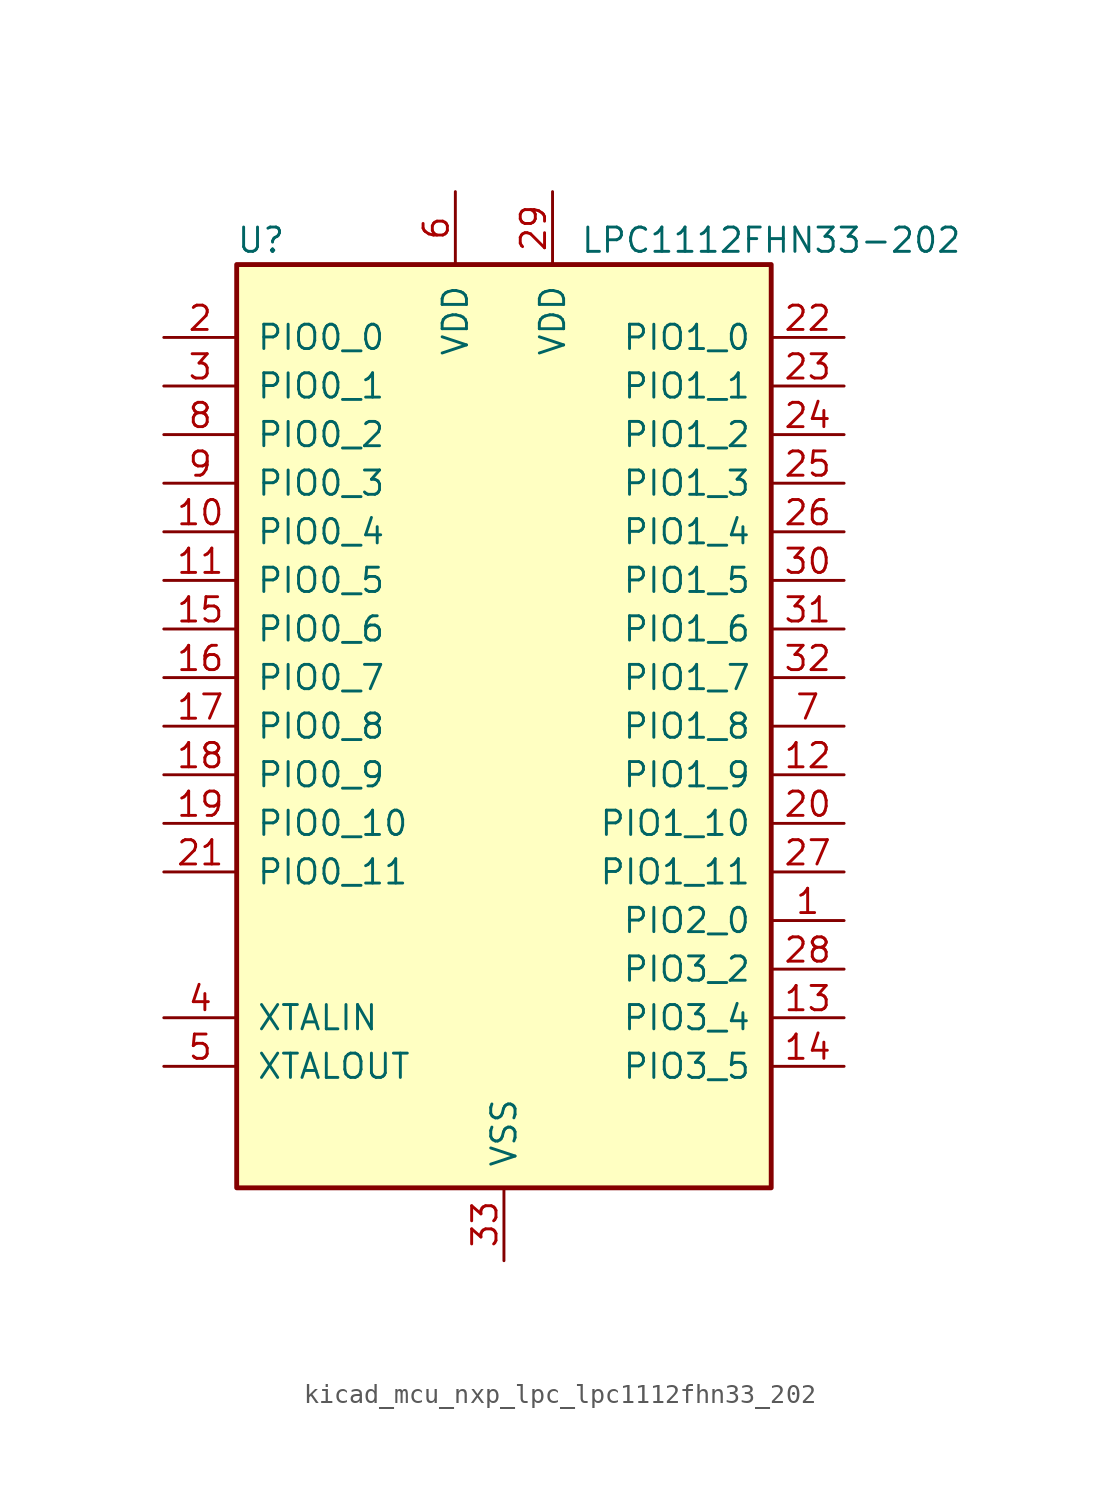
<source format=kicad_sym>
(kicad_symbol_lib
  (version 20220914)
  (generator kicad_symbol_editor)
  (symbol "kicad_mcu_nxp_lpc_lpc1112fhn33_202"
    (pin_names
      (offset 1.016))
    (property "Reference" "U"
      (at -12.7 25.4 0)
      (effects (font (size 1.27 1.27))))
    (property "Value" "LPC1112FHN33-202"
      (at 13.97 25.4 0)
      (effects (font (size 1.27 1.27))))
    (symbol "kicad_mcu_nxp_lpc_lpc1112fhn33_202_0_1"
      (rectangle (start -13.97 24.13) (end 13.97 -24.13) (stroke (width 0.254) (type default)) (fill (type background))))
    (symbol "kicad_mcu_nxp_lpc_lpc1112fhn33_202_1_1"
      (pin bidirectional line (at 17.78 -10.16 180) (length 3.81) (name "PIO2_0" (effects (font (size 1.27 1.27)))) (number "1" (effects (font (size 1.27 1.27)))))
      (pin bidirectional line (at -17.78 10.16 0) (length 3.81) (name "PIO0_4" (effects (font (size 1.27 1.27)))) (number "10" (effects (font (size 1.27 1.27)))))
      (pin bidirectional line (at -17.78 7.62 0) (length 3.81) (name "PIO0_5" (effects (font (size 1.27 1.27)))) (number "11" (effects (font (size 1.27 1.27)))))
      (pin bidirectional line (at 17.78 -2.54 180) (length 3.81) (name "PIO1_9" (effects (font (size 1.27 1.27)))) (number "12" (effects (font (size 1.27 1.27)))))
      (pin bidirectional line (at 17.78 -15.24 180) (length 3.81) (name "PIO3_4" (effects (font (size 1.27 1.27)))) (number "13" (effects (font (size 1.27 1.27)))))
      (pin bidirectional line (at 17.78 -17.78 180) (length 3.81) (name "PIO3_5" (effects (font (size 1.27 1.27)))) (number "14" (effects (font (size 1.27 1.27)))))
      (pin bidirectional line (at -17.78 5.08 0) (length 3.81) (name "PIO0_6" (effects (font (size 1.27 1.27)))) (number "15" (effects (font (size 1.27 1.27)))))
      (pin bidirectional line (at -17.78 2.54 0) (length 3.81) (name "PIO0_7" (effects (font (size 1.27 1.27)))) (number "16" (effects (font (size 1.27 1.27)))))
      (pin bidirectional line (at -17.78 0 0) (length 3.81) (name "PIO0_8" (effects (font (size 1.27 1.27)))) (number "17" (effects (font (size 1.27 1.27)))))
      (pin bidirectional line (at -17.78 -2.54 0) (length 3.81) (name "PIO0_9" (effects (font (size 1.27 1.27)))) (number "18" (effects (font (size 1.27 1.27)))))
      (pin bidirectional line (at -17.78 -5.08 0) (length 3.81) (name "PIO0_10" (effects (font (size 1.27 1.27)))) (number "19" (effects (font (size 1.27 1.27)))))
      (pin bidirectional line (at -17.78 20.32 0) (length 3.81) (name "PIO0_0" (effects (font (size 1.27 1.27)))) (number "2" (effects (font (size 1.27 1.27)))))
      (pin bidirectional line (at 17.78 -5.08 180) (length 3.81) (name "PIO1_10" (effects (font (size 1.27 1.27)))) (number "20" (effects (font (size 1.27 1.27)))))
      (pin bidirectional line (at -17.78 -7.62 0) (length 3.81) (name "PIO0_11" (effects (font (size 1.27 1.27)))) (number "21" (effects (font (size 1.27 1.27)))))
      (pin bidirectional line (at 17.78 20.32 180) (length 3.81) (name "PIO1_0" (effects (font (size 1.27 1.27)))) (number "22" (effects (font (size 1.27 1.27)))))
      (pin bidirectional line (at 17.78 17.78 180) (length 3.81) (name "PIO1_1" (effects (font (size 1.27 1.27)))) (number "23" (effects (font (size 1.27 1.27)))))
      (pin bidirectional line (at 17.78 15.24 180) (length 3.81) (name "PIO1_2" (effects (font (size 1.27 1.27)))) (number "24" (effects (font (size 1.27 1.27)))))
      (pin bidirectional line (at 17.78 12.7 180) (length 3.81) (name "PIO1_3" (effects (font (size 1.27 1.27)))) (number "25" (effects (font (size 1.27 1.27)))))
      (pin bidirectional line (at 17.78 10.16 180) (length 3.81) (name "PIO1_4" (effects (font (size 1.27 1.27)))) (number "26" (effects (font (size 1.27 1.27)))))
      (pin bidirectional line (at 17.78 -7.62 180) (length 3.81) (name "PIO1_11" (effects (font (size 1.27 1.27)))) (number "27" (effects (font (size 1.27 1.27)))))
      (pin bidirectional line (at 17.78 -12.7 180) (length 3.81) (name "PIO3_2" (effects (font (size 1.27 1.27)))) (number "28" (effects (font (size 1.27 1.27)))))
      (pin power_in line (at 2.54 27.94 270) (length 3.81) (name "VDD" (effects (font (size 1.27 1.27)))) (number "29" (effects (font (size 1.27 1.27)))))
      (pin bidirectional line (at -17.78 17.78 0) (length 3.81) (name "PIO0_1" (effects (font (size 1.27 1.27)))) (number "3" (effects (font (size 1.27 1.27)))))
      (pin bidirectional line (at 17.78 7.62 180) (length 3.81) (name "PIO1_5" (effects (font (size 1.27 1.27)))) (number "30" (effects (font (size 1.27 1.27)))))
      (pin bidirectional line (at 17.78 5.08 180) (length 3.81) (name "PIO1_6" (effects (font (size 1.27 1.27)))) (number "31" (effects (font (size 1.27 1.27)))))
      (pin bidirectional line (at 17.78 2.54 180) (length 3.81) (name "PIO1_7" (effects (font (size 1.27 1.27)))) (number "32" (effects (font (size 1.27 1.27)))))
      (pin power_in line (at 0 -27.94 90) (length 3.81) (name "VSS" (effects (font (size 1.27 1.27)))) (number "33" (effects (font (size 1.27 1.27)))))
      (pin input line (at -17.78 -15.24 0) (length 3.81) (name "XTALIN" (effects (font (size 1.27 1.27)))) (number "4" (effects (font (size 1.27 1.27)))))
      (pin output line (at -17.78 -17.78 0) (length 3.81) (name "XTALOUT" (effects (font (size 1.27 1.27)))) (number "5" (effects (font (size 1.27 1.27)))))
      (pin power_in line (at -2.54 27.94 270) (length 3.81) (name "VDD" (effects (font (size 1.27 1.27)))) (number "6" (effects (font (size 1.27 1.27)))))
      (pin bidirectional line (at 17.78 0 180) (length 3.81) (name "PIO1_8" (effects (font (size 1.27 1.27)))) (number "7" (effects (font (size 1.27 1.27)))))
      (pin bidirectional line (at -17.78 15.24 0) (length 3.81) (name "PIO0_2" (effects (font (size 1.27 1.27)))) (number "8" (effects (font (size 1.27 1.27)))))
      (pin bidirectional line (at -17.78 12.7 0) (length 3.81) (name "PIO0_3" (effects (font (size 1.27 1.27)))) (number "9" (effects (font (size 1.27 1.27))))))))
</source>
